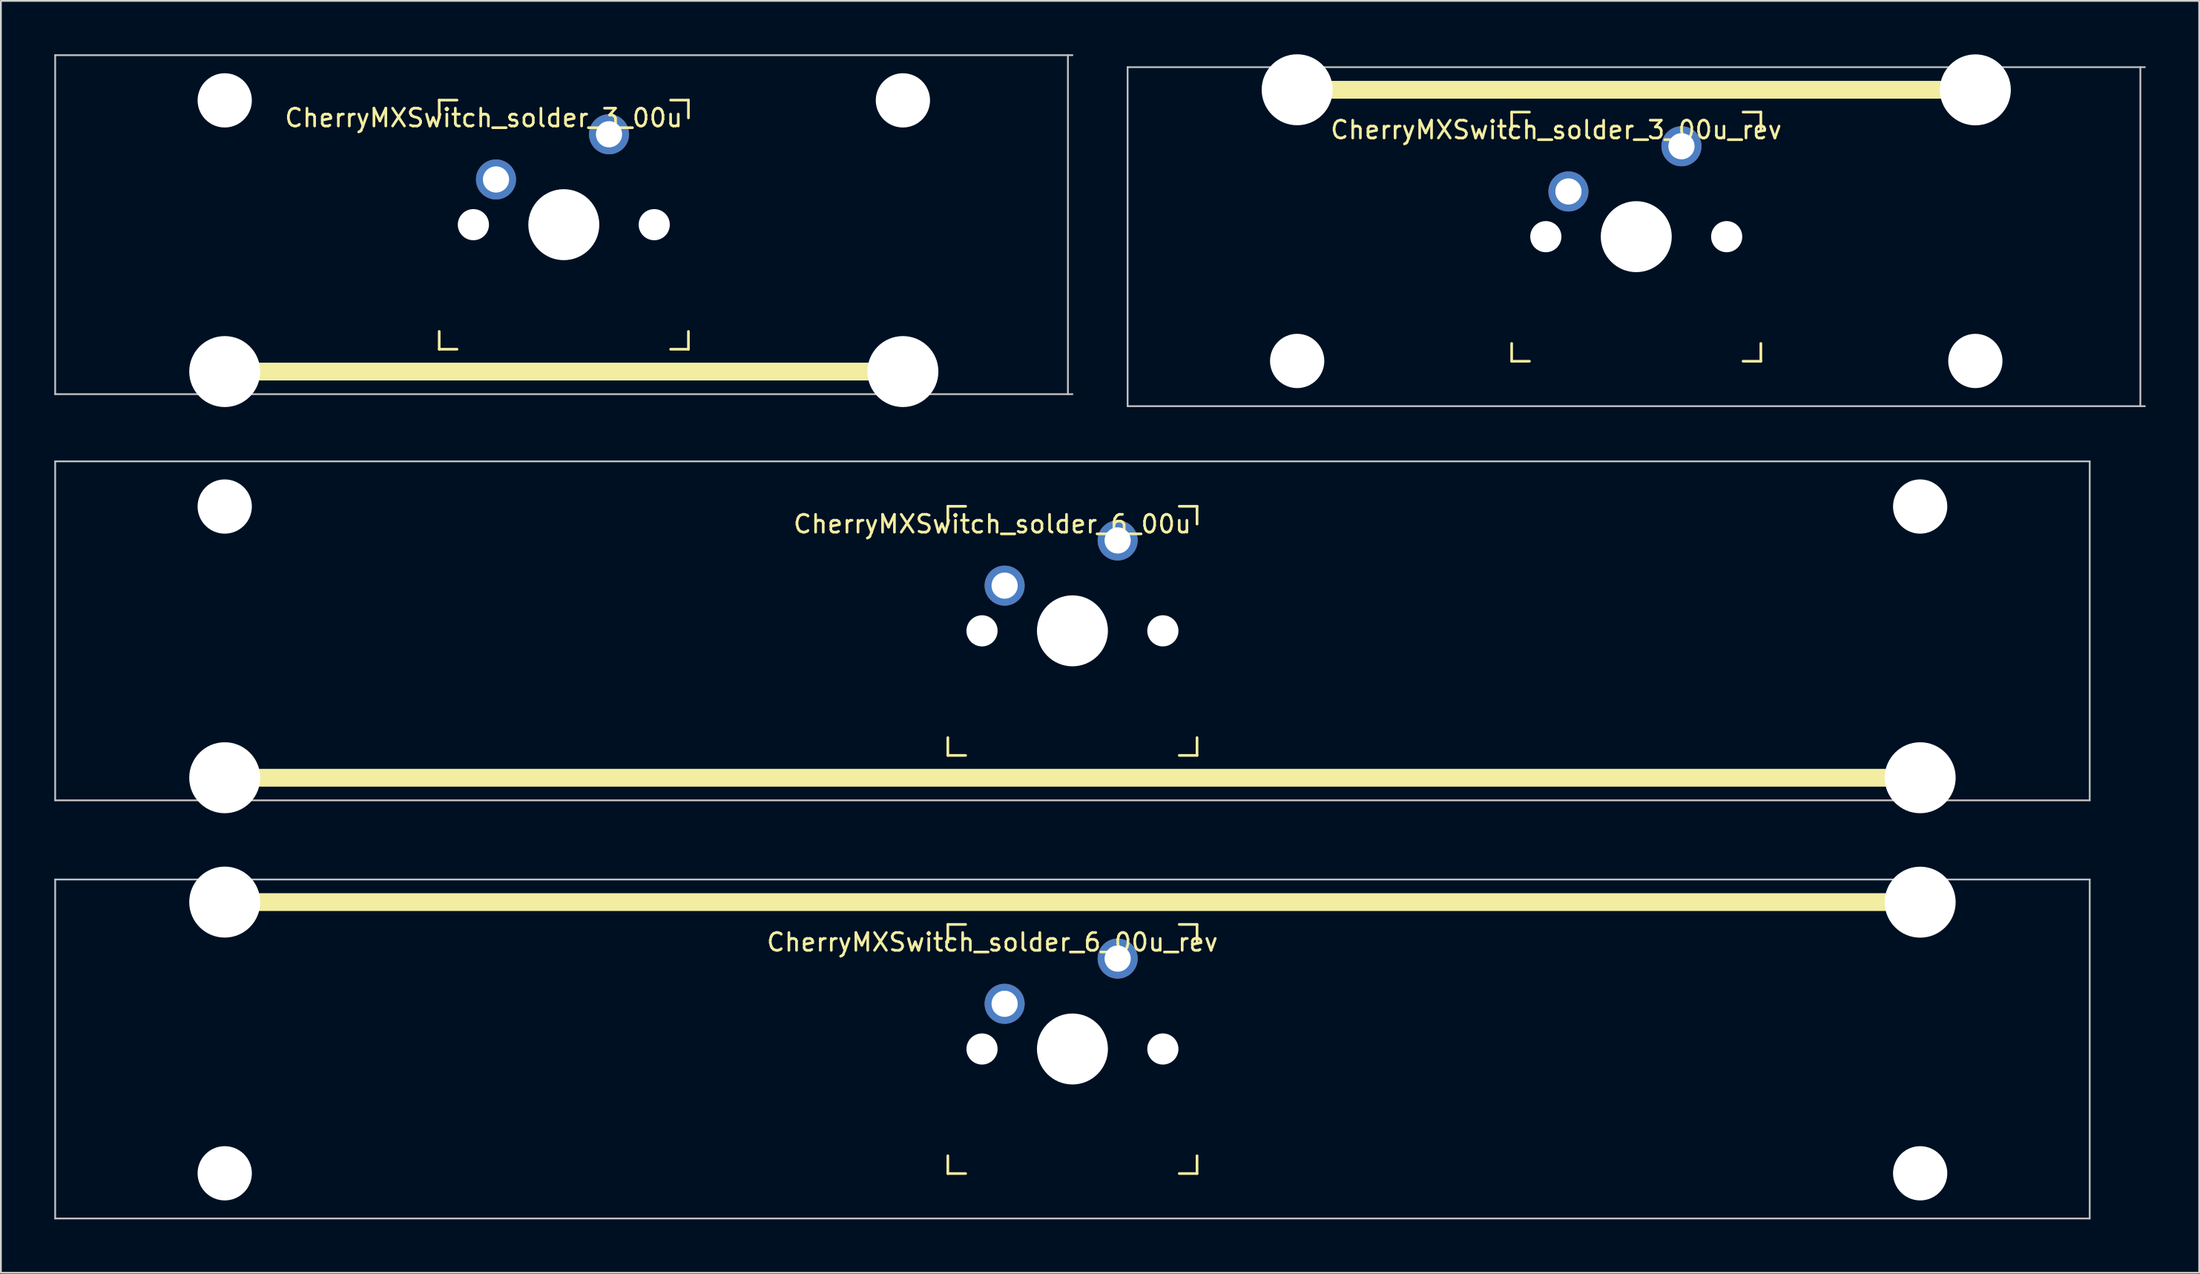
<source format=kicad_pcb>
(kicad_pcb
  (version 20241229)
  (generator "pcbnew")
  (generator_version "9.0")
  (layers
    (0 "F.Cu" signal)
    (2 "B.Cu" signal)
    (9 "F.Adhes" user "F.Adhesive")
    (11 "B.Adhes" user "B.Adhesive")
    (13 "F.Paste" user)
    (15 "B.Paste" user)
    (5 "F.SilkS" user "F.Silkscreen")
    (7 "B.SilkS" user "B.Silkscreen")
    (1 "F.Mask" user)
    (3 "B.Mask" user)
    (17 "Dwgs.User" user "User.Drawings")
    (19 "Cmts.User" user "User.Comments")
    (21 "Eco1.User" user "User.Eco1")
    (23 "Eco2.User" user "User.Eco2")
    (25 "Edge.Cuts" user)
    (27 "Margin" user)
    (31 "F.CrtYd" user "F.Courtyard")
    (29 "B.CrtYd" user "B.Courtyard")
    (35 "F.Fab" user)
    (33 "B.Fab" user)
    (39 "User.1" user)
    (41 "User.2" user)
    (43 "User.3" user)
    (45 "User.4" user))
  (footprint "CherryMXSwitch_solder_3_00u_rev"
    (layer "F.Cu")
    (at 88.875 10.249)
    (property "Reference" "CherryMXSwitch_solder_3_00u_rev" (at -4.5 -6 0) (unlocked yes) (layer "F.SilkS") (effects (font (size 1 1) (thickness 0.15))))
    (attr smd)
    (fp_line (start -19 -8.255) (end 19 -8.255) (stroke (width 1) (type solid)) (layer "F.SilkS"))
    (fp_line (start -7 -7) (end -6 -7) (stroke (width 0.15) (type solid)) (layer "F.SilkS"))
    (fp_line (start -7 -6) (end -7 -7) (stroke (width 0.15) (type solid)) (layer "F.SilkS"))
    (fp_line (start -7 6) (end -7 7) (stroke (width 0.15) (type solid)) (layer "F.SilkS"))
    (fp_line (start -7 7) (end -6 7) (stroke (width 0.15) (type solid)) (layer "F.SilkS"))
    (fp_line (start 6 7) (end 7 7) (stroke (width 0.15) (type solid)) (layer "F.SilkS"))
    (fp_line (start 7 -7) (end 6 -7) (stroke (width 0.15) (type solid)) (layer "F.SilkS"))
    (fp_line (start 7 -7) (end 7 -6) (stroke (width 0.15) (type solid)) (layer "F.SilkS"))
    (fp_line (start 7 7) (end 7 6) (stroke (width 0.15) (type solid)) (layer "F.SilkS"))
    (fp_line (start -28.575 -9.525) (end 28.575 -9.525) (stroke (width 0.1) (type solid)) (layer "Dwgs.User"))
    (fp_line (start -28.575 9.525) (end -28.575 -9.525) (stroke (width 0.1) (type solid)) (layer "Dwgs.User"))
    (fp_line (start 28.321 -9.525) (end 28.321 9.525) (stroke (width 0.1) (type solid)) (layer "Dwgs.User"))
    (fp_line (start 28.575 9.525) (end -28.575 9.525) (stroke (width 0.1) (type solid)) (layer "Dwgs.User"))
    (fp_line (start -7 -7) (end 7 -7) (stroke (width 0.1) (type solid)) (layer "Eco1.User"))
    (fp_line (start -7 7) (end -7 -7) (stroke (width 0.1) (type solid)) (layer "Eco1.User"))
    (fp_line (start 7 -7) (end 7 7) (stroke (width 0.1) (type solid)) (layer "Eco1.User"))
    (fp_line (start 7 7) (end -7 7) (stroke (width 0.1) (type solid)) (layer "Eco1.User"))
    (fp_rect (start 1.75 3.25) (end -1.75 6.35) (stroke (width 0.1) (type solid)) (fill no) (layer "Eco1.User"))
    (fp_line (start 0 0) (end 0 4.8) (stroke (width 0.05) (type solid)) (layer "Eco2.User"))
    (fp_line (start 0 0) (end 8.262 0) (stroke (width 0.05) (type solid)) (layer "Eco2.User"))
    (pad "" np_thru_hole circle (at -19.05 -8.255) (size 3.988 3.988) (drill 3.988) (layers "*.Cu" "*.Mask"))
    (pad "" np_thru_hole circle (at -19.05 6.985) (size 3.048 3.048) (drill 3.048) (layers "*.Cu" "*.Mask"))
    (pad "" np_thru_hole circle (at -5.08 0 48.1) (size 1.75 1.75) (drill 1.75) (layers "*.Cu" "*.Mask"))
    (pad "" np_thru_hole circle (at 0 0) (size 3.988 3.988) (drill 3.988) (layers "*.Cu" "*.Mask"))
    (pad "" np_thru_hole circle (at 5.08 0 48.1) (size 1.75 1.75) (drill 1.75) (layers "*.Cu" "*.Mask"))
    (pad "" np_thru_hole circle (at 19.05 -8.25) (size 3.988 3.988) (drill 3.988) (layers "*.Cu" "*.Mask"))
    (pad "" np_thru_hole circle (at 19.05 6.985) (size 3.048 3.048) (drill 3.048) (layers "*.Cu" "*.Mask"))
    (pad "1" thru_hole circle (at -3.81 -2.54) (size 2.25 2.25) (drill 1.47) (layers "*.Cu" "*.Mask"))
    (pad "2" thru_hole circle (at 2.54 -5.08) (size 2.25 2.25) (drill 1.47) (layers "*.Cu" "*.Mask")))
  (footprint "CherryMXSwitch_solder_6_00u_rev"
    (layer "F.Cu")
    (at 57.2 55.897)
    (property "Reference" "CherryMXSwitch_solder_6_00u_rev" (at -4.5 -6 0) (unlocked yes) (layer "F.SilkS") (effects (font (size 1 1) (thickness 0.15))))
    (attr smd)
    (fp_line (start -47.625 -8.255) (end 47.625 -8.255) (stroke (width 1) (type solid)) (layer "F.SilkS"))
    (fp_line (start -7 -7) (end -6 -7) (stroke (width 0.15) (type solid)) (layer "F.SilkS"))
    (fp_line (start -7 -6) (end -7 -7) (stroke (width 0.15) (type solid)) (layer "F.SilkS"))
    (fp_line (start -7 6) (end -7 7) (stroke (width 0.15) (type solid)) (layer "F.SilkS"))
    (fp_line (start -7 7) (end -6 7) (stroke (width 0.15) (type solid)) (layer "F.SilkS"))
    (fp_line (start 6 7) (end 7 7) (stroke (width 0.15) (type solid)) (layer "F.SilkS"))
    (fp_line (start 7 -7) (end 6 -7) (stroke (width 0.15) (type solid)) (layer "F.SilkS"))
    (fp_line (start 7 -7) (end 7 -6) (stroke (width 0.15) (type solid)) (layer "F.SilkS"))
    (fp_line (start 7 7) (end 7 6) (stroke (width 0.15) (type solid)) (layer "F.SilkS"))
    (fp_line (start -57.15 -9.525) (end 57.15 -9.525) (stroke (width 0.1) (type solid)) (layer "Dwgs.User"))
    (fp_line (start -57.15 9.525) (end -57.15 -9.525) (stroke (width 0.1) (type solid)) (layer "Dwgs.User"))
    (fp_line (start 57.15 -9.525) (end 57.15 9.525) (stroke (width 0.1) (type solid)) (layer "Dwgs.User"))
    (fp_line (start 57.15 9.525) (end -57.15 9.525) (stroke (width 0.1) (type solid)) (layer "Dwgs.User"))
    (fp_line (start -7 -7) (end 7 -7) (stroke (width 0.1) (type solid)) (layer "Eco1.User"))
    (fp_line (start -7 7) (end -7 -7) (stroke (width 0.1) (type solid)) (layer "Eco1.User"))
    (fp_line (start 7 -7) (end 7 7) (stroke (width 0.1) (type solid)) (layer "Eco1.User"))
    (fp_line (start 7 7) (end -7 7) (stroke (width 0.1) (type solid)) (layer "Eco1.User"))
    (fp_rect (start 1.75 3.25) (end -1.75 6.35) (stroke (width 0.1) (type solid)) (fill no) (layer "Eco1.User"))
    (fp_line (start 0 0) (end 0 4.8) (stroke (width 0.05) (type solid)) (layer "Eco2.User"))
    (fp_line (start 0 0) (end 8.262 0) (stroke (width 0.05) (type solid)) (layer "Eco2.User"))
    (pad "" np_thru_hole circle (at -47.625 -8.255) (size 3.988 3.988) (drill 3.988) (layers "*.Cu" "*.Mask"))
    (pad "" np_thru_hole circle (at -47.625 6.985) (size 3.048 3.048) (drill 3.048) (layers "*.Cu" "*.Mask"))
    (pad "" np_thru_hole circle (at -5.08 0 48.1) (size 1.75 1.75) (drill 1.75) (layers "*.Cu" "*.Mask"))
    (pad "" np_thru_hole circle (at 0 0) (size 3.988 3.988) (drill 3.988) (layers "*.Cu" "*.Mask"))
    (pad "" np_thru_hole circle (at 5.08 0 48.1) (size 1.75 1.75) (drill 1.75) (layers "*.Cu" "*.Mask"))
    (pad "" np_thru_hole circle (at 47.625 -8.25) (size 3.988 3.988) (drill 3.988) (layers "*.Cu" "*.Mask"))
    (pad "" np_thru_hole circle (at 47.625 6.985) (size 3.048 3.048) (drill 3.048) (layers "*.Cu" "*.Mask"))
    (pad "1" thru_hole circle (at -3.81 -2.54) (size 2.25 2.25) (drill 1.47) (layers "*.Cu" "*.Mask"))
    (pad "2" thru_hole circle (at 2.54 -5.08) (size 2.25 2.25) (drill 1.47) (layers "*.Cu" "*.Mask")))
  (footprint "CherryMXSwitch_solder_6_00u"
    (layer "F.Cu")
    (at 57.2 32.399)
    (property "Reference" "CherryMXSwitch_solder_6_00u" (at -4.5 -6 0) (unlocked yes) (layer "F.SilkS") (effects (font (size 1 1) (thickness 0.15))))
    (attr smd)
    (fp_line (start -7 -7) (end -6 -7) (stroke (width 0.15) (type solid)) (layer "F.SilkS"))
    (fp_line (start -7 -6) (end -7 -7) (stroke (width 0.15) (type solid)) (layer "F.SilkS"))
    (fp_line (start -7 6) (end -7 7) (stroke (width 0.15) (type solid)) (layer "F.SilkS"))
    (fp_line (start -7 7) (end -6 7) (stroke (width 0.15) (type solid)) (layer "F.SilkS"))
    (fp_line (start 6 7) (end 7 7) (stroke (width 0.15) (type solid)) (layer "F.SilkS"))
    (fp_line (start 7 -7) (end 6 -7) (stroke (width 0.15) (type solid)) (layer "F.SilkS"))
    (fp_line (start 7 -7) (end 7 -6) (stroke (width 0.15) (type solid)) (layer "F.SilkS"))
    (fp_line (start 7 7) (end 7 6) (stroke (width 0.15) (type solid)) (layer "F.SilkS"))
    (fp_line (start 47.625 8.255) (end -47.625 8.255) (stroke (width 1) (type solid)) (layer "F.SilkS"))
    (fp_line (start -57.15 -9.525) (end 57.15 -9.525) (stroke (width 0.1) (type solid)) (layer "Dwgs.User"))
    (fp_line (start -57.15 9.525) (end -57.15 -9.525) (stroke (width 0.1) (type solid)) (layer "Dwgs.User"))
    (fp_line (start 57.15 -9.525) (end 57.15 9.525) (stroke (width 0.1) (type solid)) (layer "Dwgs.User"))
    (fp_line (start 57.15 9.525) (end -57.15 9.525) (stroke (width 0.1) (type solid)) (layer "Dwgs.User"))
    (fp_line (start -7 -7) (end 7 -7) (stroke (width 0.1) (type solid)) (layer "Eco1.User"))
    (fp_line (start -7 7) (end -7 -7) (stroke (width 0.1) (type solid)) (layer "Eco1.User"))
    (fp_line (start 7 -7) (end 7 7) (stroke (width 0.1) (type solid)) (layer "Eco1.User"))
    (fp_line (start 7 7) (end -7 7) (stroke (width 0.1) (type solid)) (layer "Eco1.User"))
    (fp_rect (start 1.75 3.25) (end -1.75 6.35) (stroke (width 0.1) (type solid)) (fill no) (layer "Eco1.User"))
    (fp_line (start 0 0) (end 0 4.8) (stroke (width 0.05) (type solid)) (layer "Eco2.User"))
    (fp_line (start 0 0) (end 8.262 0) (stroke (width 0.05) (type solid)) (layer "Eco2.User"))
    (pad "" np_thru_hole circle (at -47.625 -6.985 180) (size 3.048 3.048) (drill 3.048) (layers "*.Cu" "*.Mask"))
    (pad "" np_thru_hole circle (at -47.625 8.255 180) (size 3.988 3.988) (drill 3.988) (layers "*.Cu" "*.Mask"))
    (pad "" np_thru_hole circle (at -5.08 0 48.1) (size 1.75 1.75) (drill 1.75) (layers "*.Cu" "*.Mask"))
    (pad "" np_thru_hole circle (at 0 0) (size 3.988 3.988) (drill 3.988) (layers "*.Cu" "*.Mask"))
    (pad "" np_thru_hole circle (at 5.08 0 48.1) (size 1.75 1.75) (drill 1.75) (layers "*.Cu" "*.Mask"))
    (pad "" np_thru_hole circle (at 47.625 -6.985 180) (size 3.048 3.048) (drill 3.048) (layers "*.Cu" "*.Mask"))
    (pad "" np_thru_hole circle (at 47.625 8.255 180) (size 3.988 3.988) (drill 3.988) (layers "*.Cu" "*.Mask"))
    (pad "1" thru_hole circle (at -3.81 -2.54) (size 2.25 2.25) (drill 1.47) (layers "*.Cu" "*.Mask"))
    (pad "2" thru_hole circle (at 2.54 -5.08) (size 2.25 2.25) (drill 1.47) (layers "*.Cu" "*.Mask")))
  (footprint "CherryMXSwitch_solder_3_00u"
    (layer "F.Cu")
    (at 28.625 9.575)
    (property "Reference" "CherryMXSwitch_solder_3_00u" (at -4.5 -6 0) (unlocked yes) (layer "F.SilkS") (effects (font (size 1 1) (thickness 0.15))))
    (attr smd)
    (fp_line (start -7 -7) (end -6 -7) (stroke (width 0.15) (type solid)) (layer "F.SilkS"))
    (fp_line (start -7 -6) (end -7 -7) (stroke (width 0.15) (type solid)) (layer "F.SilkS"))
    (fp_line (start -7 6) (end -7 7) (stroke (width 0.15) (type solid)) (layer "F.SilkS"))
    (fp_line (start -7 7) (end -6 7) (stroke (width 0.15) (type solid)) (layer "F.SilkS"))
    (fp_line (start 6 7) (end 7 7) (stroke (width 0.15) (type solid)) (layer "F.SilkS"))
    (fp_line (start 7 -7) (end 6 -7) (stroke (width 0.15) (type solid)) (layer "F.SilkS"))
    (fp_line (start 7 -7) (end 7 -6) (stroke (width 0.15) (type solid)) (layer "F.SilkS"))
    (fp_line (start 7 7) (end 7 6) (stroke (width 0.15) (type solid)) (layer "F.SilkS"))
    (fp_line (start 19.05 8.255) (end -19.05 8.255) (stroke (width 1) (type solid)) (layer "F.SilkS"))
    (fp_line (start -28.575 -9.525) (end 28.575 -9.525) (stroke (width 0.1) (type solid)) (layer "Dwgs.User"))
    (fp_line (start -28.575 9.525) (end -28.575 -9.525) (stroke (width 0.1) (type solid)) (layer "Dwgs.User"))
    (fp_line (start 28.321 -9.525) (end 28.321 9.525) (stroke (width 0.1) (type solid)) (layer "Dwgs.User"))
    (fp_line (start 28.575 9.525) (end -28.575 9.525) (stroke (width 0.1) (type solid)) (layer "Dwgs.User"))
    (fp_line (start -7 -7) (end 7 -7) (stroke (width 0.1) (type solid)) (layer "Eco1.User"))
    (fp_line (start -7 7) (end -7 -7) (stroke (width 0.1) (type solid)) (layer "Eco1.User"))
    (fp_line (start 7 -7) (end 7 7) (stroke (width 0.1) (type solid)) (layer "Eco1.User"))
    (fp_line (start 7 7) (end -7 7) (stroke (width 0.1) (type solid)) (layer "Eco1.User"))
    (fp_rect (start 1.75 3.25) (end -1.75 6.35) (stroke (width 0.1) (type solid)) (fill no) (layer "Eco1.User"))
    (fp_line (start 0 0) (end 0 4.8) (stroke (width 0.05) (type solid)) (layer "Eco2.User"))
    (fp_line (start 0 0) (end 8.262 0) (stroke (width 0.05) (type solid)) (layer "Eco2.User"))
    (pad "" np_thru_hole circle (at -19.05 -6.985 180) (size 3.048 3.048) (drill 3.048) (layers "*.Cu" "*.Mask"))
    (pad "" np_thru_hole circle (at -19.05 8.255 180) (size 3.988 3.988) (drill 3.988) (layers "*.Cu" "*.Mask"))
    (pad "" np_thru_hole circle (at -5.08 0 48.1) (size 1.75 1.75) (drill 1.75) (layers "*.Cu" "*.Mask"))
    (pad "" np_thru_hole circle (at 0 0) (size 3.988 3.988) (drill 3.988) (layers "*.Cu" "*.Mask"))
    (pad "" np_thru_hole circle (at 5.08 0 48.1) (size 1.75 1.75) (drill 1.75) (layers "*.Cu" "*.Mask"))
    (pad "" np_thru_hole circle (at 19.05 -6.985 180) (size 3.048 3.048) (drill 3.048) (layers "*.Cu" "*.Mask"))
    (pad "" np_thru_hole circle (at 19.05 8.255 180) (size 3.988 3.988) (drill 3.988) (layers "*.Cu" "*.Mask"))
    (pad "1" thru_hole circle (at -3.81 -2.54) (size 2.25 2.25) (drill 1.47) (layers "*.Cu" "*.Mask"))
    (pad "2" thru_hole circle (at 2.54 -5.08) (size 2.25 2.25) (drill 1.47) (layers "*.Cu" "*.Mask")))
  (gr_rect
    (start -3 -3)
    (end 120.5 68.472)
    (stroke (width 0.1) (type default))
    (fill no)
    (layer "Edge.Cuts")))
</source>
